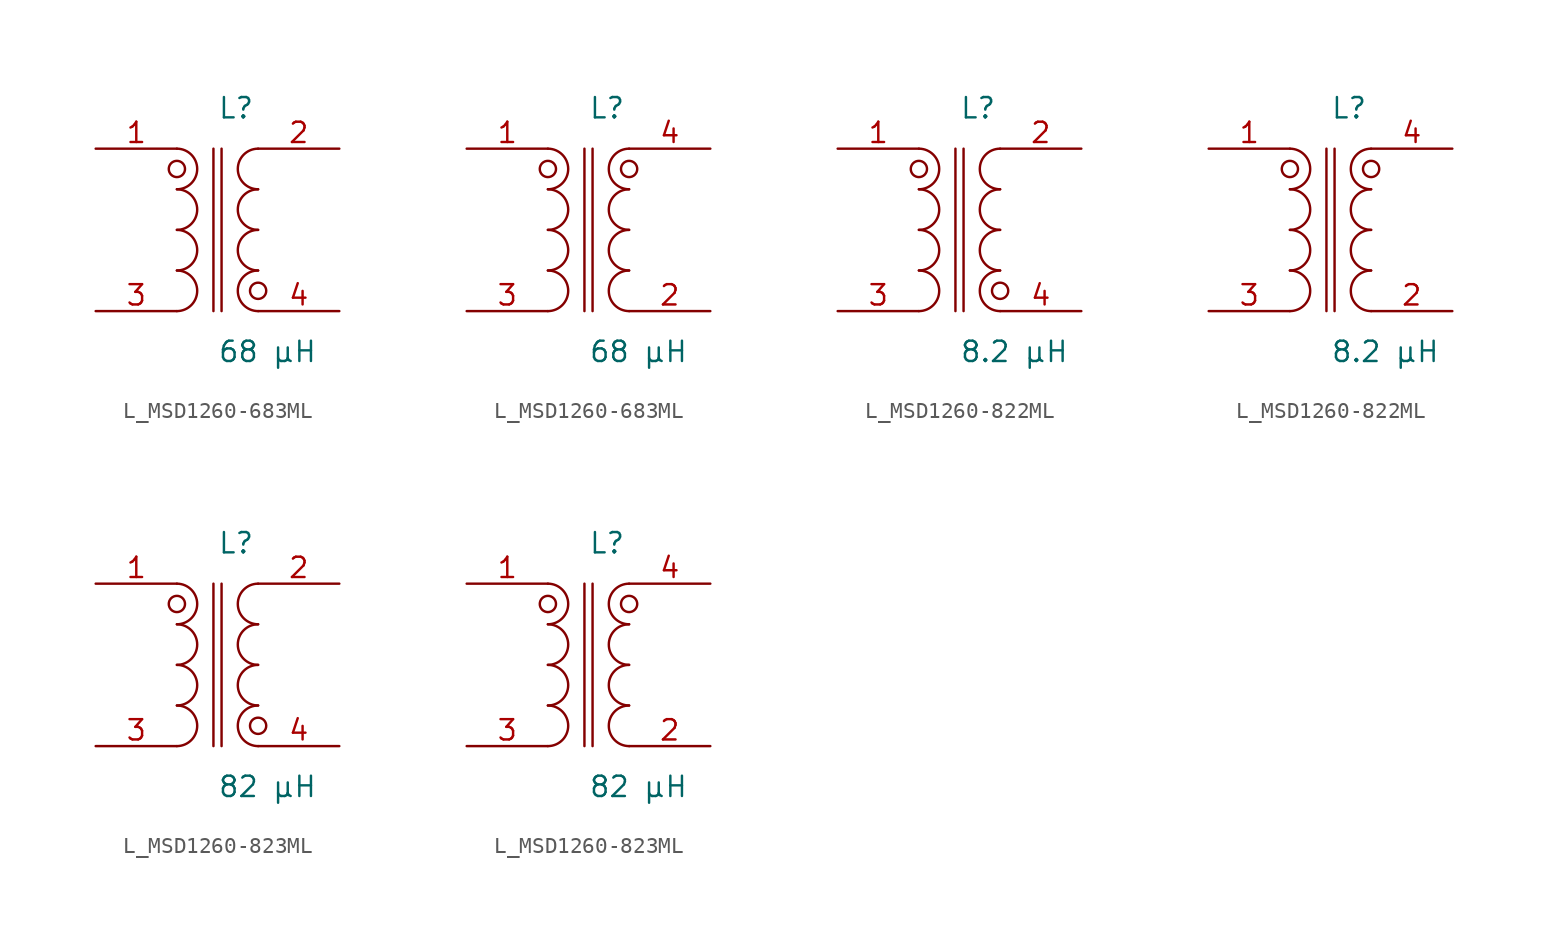
<source format=kicad_sym>
(kicad_symbol_lib
  (version 20231120)
  (generator kicad_symbol_editor)
  (generator_version 8.0)
  (symbol "L_MSD1260-683ML"
    (pin_names
      (offset 0.254))
    (property "Reference" "L"
      (at 0 7.62 0)
      (effects (font (size 1.27 1.27)) (justify left)))
    (property "Value" "68 µH"
      (at 0 -7.62 0)
      (effects (font (size 1.27 1.27)) (justify left)))
    (symbol "L_MSD1260-683ML_1_1"
      (arc (start -2.54 -5.08) (mid -1.27 -3.81) (end -2.54 -2.54) (stroke (width 0) (type default)) (fill (type none)))
      (arc (start -2.54 -2.54) (mid -1.27 -1.27) (end -2.54 0.0) (stroke (width 0) (type default)) (fill (type none)))
      (arc (start -2.54 0.0) (mid -1.27 1.27) (end -2.54 2.54) (stroke (width 0) (type default)) (fill (type none)))
      (arc (start -2.54 2.54) (mid -1.27 3.81) (end -2.54 5.08) (stroke (width 0) (type default)) (fill (type none)))
      (arc (start 2.54 -5.08) (mid 1.27 -3.81) (end 2.54 -2.54) (stroke (width 0) (type default)) (fill (type none)))
      (arc (start 2.54 -2.54) (mid 1.27 -1.27) (end 2.54 0.0) (stroke (width 0) (type default)) (fill (type none)))
      (arc (start 2.54 0.0) (mid 1.27 1.27) (end 2.54 2.54) (stroke (width 0) (type default)) (fill (type none)))
      (arc (start 2.54 2.54) (mid 1.27 3.81) (end 2.54 5.08) (stroke (width 0) (type default)) (fill (type none)))
      (circle (center -2.54 3.81) (radius 0.508) (stroke (width 0) (type default)) (fill (type none)))
      (circle (center 2.54 -3.81) (radius 0.508) (stroke (width 0) (type default)) (fill (type none)))
      (polyline (pts (xy -0.254 5.08) (xy -0.254 -5.08)) (stroke (width 0) (type default)) (fill (type none)))
      (polyline (pts (xy 0.254 5.08) (xy 0.254 -5.08)) (stroke (width 0) (type default)) (fill (type none)))
      (pin passive line (at -7.62 5.08 0) (length 5.08) (name "" (effects (font (size 1.27 1.27)))) (number "1" (effects (font (size 1.27 1.27)))))
      (pin passive line (at -7.62 -5.08 0) (length 5.08) (name "" (effects (font (size 1.27 1.27)))) (number "3" (effects (font (size 1.27 1.27)))))
      (pin passive line (at 7.62 5.08 180) (length 5.08) (name "" (effects (font (size 1.27 1.27)))) (number "2" (effects (font (size 1.27 1.27)))))
      (pin passive line (at 7.62 -5.08 180) (length 5.08) (name "" (effects (font (size 1.27 1.27)))) (number "4" (effects (font (size 1.27 1.27))))))
    (symbol "L_MSD1260-683ML_1_2"
      (arc (start -2.54 -5.08) (mid -1.27 -3.81) (end -2.54 -2.54) (stroke (width 0) (type default)) (fill (type none)))
      (arc (start -2.54 -2.54) (mid -1.27 -1.27) (end -2.54 0.0) (stroke (width 0) (type default)) (fill (type none)))
      (arc (start -2.54 0.0) (mid -1.27 1.27) (end -2.54 2.54) (stroke (width 0) (type default)) (fill (type none)))
      (arc (start -2.54 2.54) (mid -1.27 3.81) (end -2.54 5.08) (stroke (width 0) (type default)) (fill (type none)))
      (arc (start 2.54 -5.08) (mid 1.27 -3.81) (end 2.54 -2.54) (stroke (width 0) (type default)) (fill (type none)))
      (arc (start 2.54 -2.54) (mid 1.27 -1.27) (end 2.54 0.0) (stroke (width 0) (type default)) (fill (type none)))
      (arc (start 2.54 0.0) (mid 1.27 1.27) (end 2.54 2.54) (stroke (width 0) (type default)) (fill (type none)))
      (arc (start 2.54 2.54) (mid 1.27 3.81) (end 2.54 5.08) (stroke (width 0) (type default)) (fill (type none)))
      (circle (center -2.54 3.81) (radius 0.508) (stroke (width 0) (type default)) (fill (type none)))
      (circle (center 2.54 3.81) (radius 0.508) (stroke (width 0) (type default)) (fill (type none)))
      (polyline (pts (xy -0.254 5.08) (xy -0.254 -5.08)) (stroke (width 0) (type default)) (fill (type none)))
      (polyline (pts (xy 0.254 5.08) (xy 0.254 -5.08)) (stroke (width 0) (type default)) (fill (type none)))
      (pin passive line (at -7.62 5.08 0) (length 5.08) (name "" (effects (font (size 1.27 1.27)))) (number "1" (effects (font (size 1.27 1.27)))))
      (pin passive line (at -7.62 -5.08 0) (length 5.08) (name "" (effects (font (size 1.27 1.27)))) (number "3" (effects (font (size 1.27 1.27)))))
      (pin passive line (at 7.62 -5.08 180) (length 5.08) (name "" (effects (font (size 1.27 1.27)))) (number "2" (effects (font (size 1.27 1.27)))))
      (pin passive line (at 7.62 5.08 180) (length 5.08) (name "" (effects (font (size 1.27 1.27)))) (number "4" (effects (font (size 1.27 1.27)))))))
  (symbol "L_MSD1260-822ML"
    (pin_names
      (offset 0.254))
    (property "Reference" "L"
      (at 0 7.62 0)
      (effects (font (size 1.27 1.27)) (justify left)))
    (property "Value" "8.2 µH"
      (at 0 -7.62 0)
      (effects (font (size 1.27 1.27)) (justify left)))
    (symbol "L_MSD1260-822ML_1_1"
      (arc (start -2.54 -5.08) (mid -1.27 -3.81) (end -2.54 -2.54) (stroke (width 0) (type default)) (fill (type none)))
      (arc (start -2.54 -2.54) (mid -1.27 -1.27) (end -2.54 0.0) (stroke (width 0) (type default)) (fill (type none)))
      (arc (start -2.54 0.0) (mid -1.27 1.27) (end -2.54 2.54) (stroke (width 0) (type default)) (fill (type none)))
      (arc (start -2.54 2.54) (mid -1.27 3.81) (end -2.54 5.08) (stroke (width 0) (type default)) (fill (type none)))
      (arc (start 2.54 -5.08) (mid 1.27 -3.81) (end 2.54 -2.54) (stroke (width 0) (type default)) (fill (type none)))
      (arc (start 2.54 -2.54) (mid 1.27 -1.27) (end 2.54 0.0) (stroke (width 0) (type default)) (fill (type none)))
      (arc (start 2.54 0.0) (mid 1.27 1.27) (end 2.54 2.54) (stroke (width 0) (type default)) (fill (type none)))
      (arc (start 2.54 2.54) (mid 1.27 3.81) (end 2.54 5.08) (stroke (width 0) (type default)) (fill (type none)))
      (circle (center -2.54 3.81) (radius 0.508) (stroke (width 0) (type default)) (fill (type none)))
      (circle (center 2.54 -3.81) (radius 0.508) (stroke (width 0) (type default)) (fill (type none)))
      (polyline (pts (xy -0.254 5.08) (xy -0.254 -5.08)) (stroke (width 0) (type default)) (fill (type none)))
      (polyline (pts (xy 0.254 5.08) (xy 0.254 -5.08)) (stroke (width 0) (type default)) (fill (type none)))
      (pin passive line (at -7.62 5.08 0) (length 5.08) (name "" (effects (font (size 1.27 1.27)))) (number "1" (effects (font (size 1.27 1.27)))))
      (pin passive line (at -7.62 -5.08 0) (length 5.08) (name "" (effects (font (size 1.27 1.27)))) (number "3" (effects (font (size 1.27 1.27)))))
      (pin passive line (at 7.62 5.08 180) (length 5.08) (name "" (effects (font (size 1.27 1.27)))) (number "2" (effects (font (size 1.27 1.27)))))
      (pin passive line (at 7.62 -5.08 180) (length 5.08) (name "" (effects (font (size 1.27 1.27)))) (number "4" (effects (font (size 1.27 1.27))))))
    (symbol "L_MSD1260-822ML_1_2"
      (arc (start -2.54 -5.08) (mid -1.27 -3.81) (end -2.54 -2.54) (stroke (width 0) (type default)) (fill (type none)))
      (arc (start -2.54 -2.54) (mid -1.27 -1.27) (end -2.54 0.0) (stroke (width 0) (type default)) (fill (type none)))
      (arc (start -2.54 0.0) (mid -1.27 1.27) (end -2.54 2.54) (stroke (width 0) (type default)) (fill (type none)))
      (arc (start -2.54 2.54) (mid -1.27 3.81) (end -2.54 5.08) (stroke (width 0) (type default)) (fill (type none)))
      (arc (start 2.54 -5.08) (mid 1.27 -3.81) (end 2.54 -2.54) (stroke (width 0) (type default)) (fill (type none)))
      (arc (start 2.54 -2.54) (mid 1.27 -1.27) (end 2.54 0.0) (stroke (width 0) (type default)) (fill (type none)))
      (arc (start 2.54 0.0) (mid 1.27 1.27) (end 2.54 2.54) (stroke (width 0) (type default)) (fill (type none)))
      (arc (start 2.54 2.54) (mid 1.27 3.81) (end 2.54 5.08) (stroke (width 0) (type default)) (fill (type none)))
      (circle (center -2.54 3.81) (radius 0.508) (stroke (width 0) (type default)) (fill (type none)))
      (circle (center 2.54 3.81) (radius 0.508) (stroke (width 0) (type default)) (fill (type none)))
      (polyline (pts (xy -0.254 5.08) (xy -0.254 -5.08)) (stroke (width 0) (type default)) (fill (type none)))
      (polyline (pts (xy 0.254 5.08) (xy 0.254 -5.08)) (stroke (width 0) (type default)) (fill (type none)))
      (pin passive line (at -7.62 5.08 0) (length 5.08) (name "" (effects (font (size 1.27 1.27)))) (number "1" (effects (font (size 1.27 1.27)))))
      (pin passive line (at -7.62 -5.08 0) (length 5.08) (name "" (effects (font (size 1.27 1.27)))) (number "3" (effects (font (size 1.27 1.27)))))
      (pin passive line (at 7.62 -5.08 180) (length 5.08) (name "" (effects (font (size 1.27 1.27)))) (number "2" (effects (font (size 1.27 1.27)))))
      (pin passive line (at 7.62 5.08 180) (length 5.08) (name "" (effects (font (size 1.27 1.27)))) (number "4" (effects (font (size 1.27 1.27)))))))
  (symbol "L_MSD1260-823ML"
    (pin_names
      (offset 0.254))
    (property "Reference" "L"
      (at 0 7.62 0)
      (effects (font (size 1.27 1.27)) (justify left)))
    (property "Value" "82 µH"
      (at 0 -7.62 0)
      (effects (font (size 1.27 1.27)) (justify left)))
    (symbol "L_MSD1260-823ML_1_1"
      (arc (start -2.54 -5.08) (mid -1.27 -3.81) (end -2.54 -2.54) (stroke (width 0) (type default)) (fill (type none)))
      (arc (start -2.54 -2.54) (mid -1.27 -1.27) (end -2.54 0.0) (stroke (width 0) (type default)) (fill (type none)))
      (arc (start -2.54 0.0) (mid -1.27 1.27) (end -2.54 2.54) (stroke (width 0) (type default)) (fill (type none)))
      (arc (start -2.54 2.54) (mid -1.27 3.81) (end -2.54 5.08) (stroke (width 0) (type default)) (fill (type none)))
      (arc (start 2.54 -5.08) (mid 1.27 -3.81) (end 2.54 -2.54) (stroke (width 0) (type default)) (fill (type none)))
      (arc (start 2.54 -2.54) (mid 1.27 -1.27) (end 2.54 0.0) (stroke (width 0) (type default)) (fill (type none)))
      (arc (start 2.54 0.0) (mid 1.27 1.27) (end 2.54 2.54) (stroke (width 0) (type default)) (fill (type none)))
      (arc (start 2.54 2.54) (mid 1.27 3.81) (end 2.54 5.08) (stroke (width 0) (type default)) (fill (type none)))
      (circle (center -2.54 3.81) (radius 0.508) (stroke (width 0) (type default)) (fill (type none)))
      (circle (center 2.54 -3.81) (radius 0.508) (stroke (width 0) (type default)) (fill (type none)))
      (polyline (pts (xy -0.254 5.08) (xy -0.254 -5.08)) (stroke (width 0) (type default)) (fill (type none)))
      (polyline (pts (xy 0.254 5.08) (xy 0.254 -5.08)) (stroke (width 0) (type default)) (fill (type none)))
      (pin passive line (at -7.62 5.08 0) (length 5.08) (name "" (effects (font (size 1.27 1.27)))) (number "1" (effects (font (size 1.27 1.27)))))
      (pin passive line (at -7.62 -5.08 0) (length 5.08) (name "" (effects (font (size 1.27 1.27)))) (number "3" (effects (font (size 1.27 1.27)))))
      (pin passive line (at 7.62 5.08 180) (length 5.08) (name "" (effects (font (size 1.27 1.27)))) (number "2" (effects (font (size 1.27 1.27)))))
      (pin passive line (at 7.62 -5.08 180) (length 5.08) (name "" (effects (font (size 1.27 1.27)))) (number "4" (effects (font (size 1.27 1.27))))))
    (symbol "L_MSD1260-823ML_1_2"
      (arc (start -2.54 -5.08) (mid -1.27 -3.81) (end -2.54 -2.54) (stroke (width 0) (type default)) (fill (type none)))
      (arc (start -2.54 -2.54) (mid -1.27 -1.27) (end -2.54 0.0) (stroke (width 0) (type default)) (fill (type none)))
      (arc (start -2.54 0.0) (mid -1.27 1.27) (end -2.54 2.54) (stroke (width 0) (type default)) (fill (type none)))
      (arc (start -2.54 2.54) (mid -1.27 3.81) (end -2.54 5.08) (stroke (width 0) (type default)) (fill (type none)))
      (arc (start 2.54 -5.08) (mid 1.27 -3.81) (end 2.54 -2.54) (stroke (width 0) (type default)) (fill (type none)))
      (arc (start 2.54 -2.54) (mid 1.27 -1.27) (end 2.54 0.0) (stroke (width 0) (type default)) (fill (type none)))
      (arc (start 2.54 0.0) (mid 1.27 1.27) (end 2.54 2.54) (stroke (width 0) (type default)) (fill (type none)))
      (arc (start 2.54 2.54) (mid 1.27 3.81) (end 2.54 5.08) (stroke (width 0) (type default)) (fill (type none)))
      (circle (center -2.54 3.81) (radius 0.508) (stroke (width 0) (type default)) (fill (type none)))
      (circle (center 2.54 3.81) (radius 0.508) (stroke (width 0) (type default)) (fill (type none)))
      (polyline (pts (xy -0.254 5.08) (xy -0.254 -5.08)) (stroke (width 0) (type default)) (fill (type none)))
      (polyline (pts (xy 0.254 5.08) (xy 0.254 -5.08)) (stroke (width 0) (type default)) (fill (type none)))
      (pin passive line (at -7.62 5.08 0) (length 5.08) (name "" (effects (font (size 1.27 1.27)))) (number "1" (effects (font (size 1.27 1.27)))))
      (pin passive line (at -7.62 -5.08 0) (length 5.08) (name "" (effects (font (size 1.27 1.27)))) (number "3" (effects (font (size 1.27 1.27)))))
      (pin passive line (at 7.62 -5.08 180) (length 5.08) (name "" (effects (font (size 1.27 1.27)))) (number "2" (effects (font (size 1.27 1.27)))))
      (pin passive line (at 7.62 5.08 180) (length 5.08) (name "" (effects (font (size 1.27 1.27)))) (number "4" (effects (font (size 1.27 1.27))))))))
</source>
